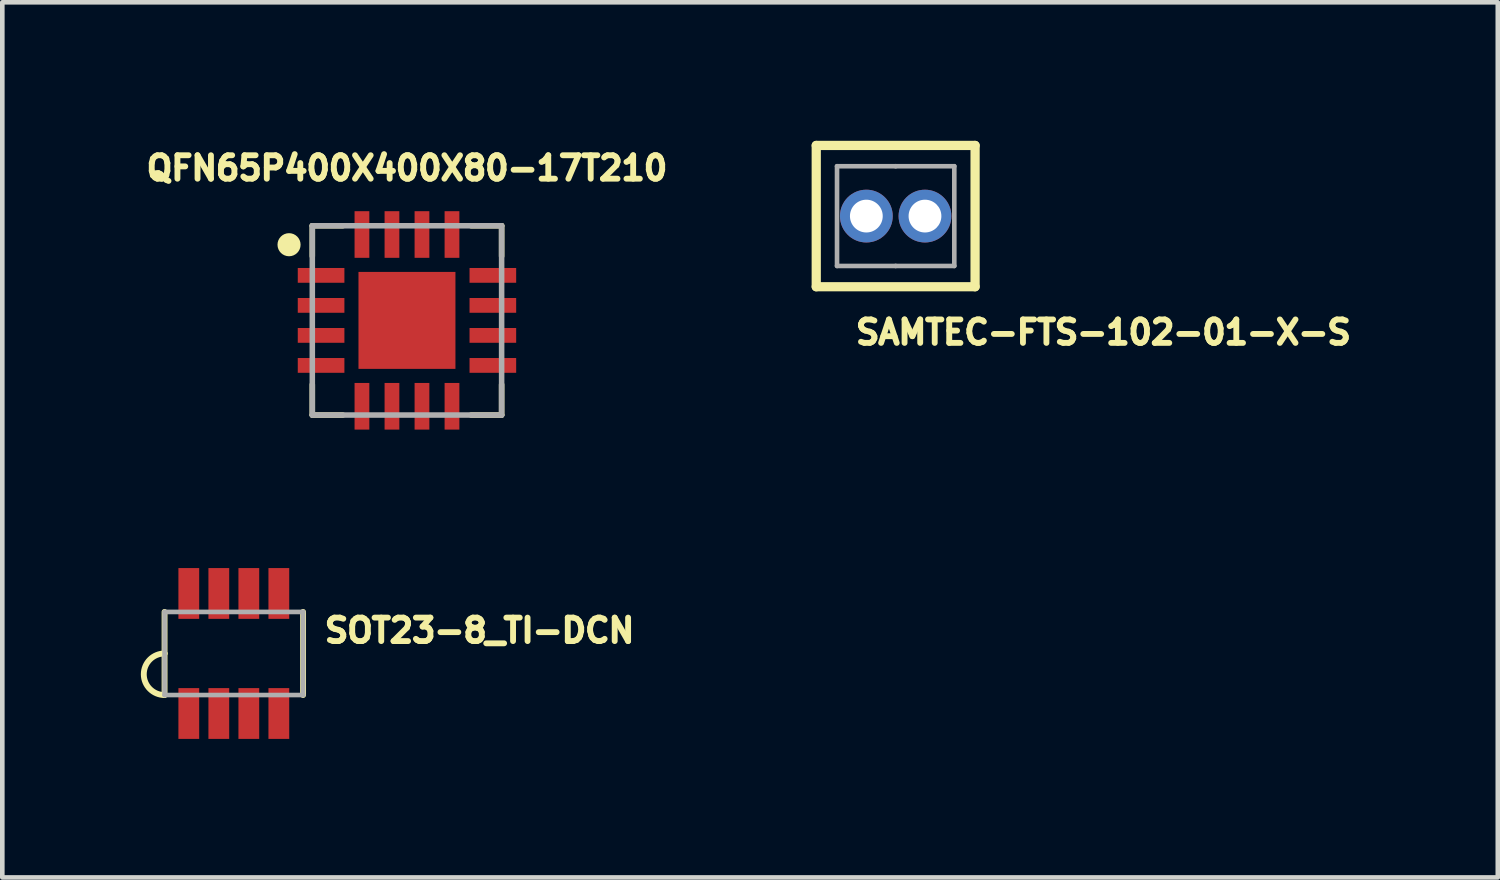
<source format=kicad_pcb>
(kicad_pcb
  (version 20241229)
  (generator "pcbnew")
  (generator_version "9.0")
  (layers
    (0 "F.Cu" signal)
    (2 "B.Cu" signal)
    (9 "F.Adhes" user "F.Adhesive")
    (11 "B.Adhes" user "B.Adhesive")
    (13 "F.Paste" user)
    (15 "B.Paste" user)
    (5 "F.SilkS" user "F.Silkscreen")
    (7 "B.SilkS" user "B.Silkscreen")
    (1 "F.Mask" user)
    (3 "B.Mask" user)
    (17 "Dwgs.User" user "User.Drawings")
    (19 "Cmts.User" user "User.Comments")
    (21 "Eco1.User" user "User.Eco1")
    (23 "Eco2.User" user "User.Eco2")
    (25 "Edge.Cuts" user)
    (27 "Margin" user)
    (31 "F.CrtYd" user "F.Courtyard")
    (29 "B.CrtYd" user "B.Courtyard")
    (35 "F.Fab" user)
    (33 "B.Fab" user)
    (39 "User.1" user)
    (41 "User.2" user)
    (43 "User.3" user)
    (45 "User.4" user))
  (footprint "SAMTEC-FTS-102-01-X-S"
    (layer "F.Cu")
    (at 16.348 1.63)
    (property "Reference" "SAMTEC-FTS-102-01-X-S" (at -0.931 2.815 0) (layer "F.SilkS") (effects (font (size 0.508 0.508) (thickness 0.127)) (justify left bottom)))
    (fp_circle (center -0.635 0) (end -0.324 0) (stroke (width 0.622) (type solid)) (fill yes) (layer "F.Mask"))
    (fp_circle (center 0.635 0) (end 0.946 0) (stroke (width 0.622) (type solid)) (fill yes) (layer "F.Mask"))
    (fp_circle (center -0.635 0) (end -0.324 0) (stroke (width 0.622) (type solid)) (fill yes) (layer "B.Mask"))
    (fp_circle (center 0.635 0) (end 0.946 0) (stroke (width 0.622) (type solid)) (fill yes) (layer "B.Mask"))
    (fp_line (start -1.72 -1.53) (end -1.72 1.53) (stroke (width 0.2) (type solid)) (layer "F.SilkS"))
    (fp_line (start -1.72 1.53) (end 1.72 1.53) (stroke (width 0.2) (type solid)) (layer "F.SilkS"))
    (fp_line (start 1.72 -1.53) (end -1.72 -1.53) (stroke (width 0.2) (type solid)) (layer "F.SilkS"))
    (fp_line (start 1.72 1.53) (end 1.72 -1.53) (stroke (width 0.2) (type solid)) (layer "F.SilkS"))
    (fp_line (start -1.27 -1.08) (end 0 -1.08) (stroke (width 0.1) (type solid)) (layer "F.Fab"))
    (fp_line (start -1.27 1.08) (end -1.27 -1.08) (stroke (width 0.1) (type solid)) (layer "F.Fab"))
    (fp_line (start -0.838 -0.203) (end -0.432 -0.203) (stroke (width 0.1) (type solid)) (layer "F.Fab"))
    (fp_line (start -0.838 0.203) (end -0.838 -0.203) (stroke (width 0.1) (type solid)) (layer "F.Fab"))
    (fp_line (start -0.432 -0.203) (end -0.432 0.203) (stroke (width 0.1) (type solid)) (layer "F.Fab"))
    (fp_line (start -0.432 0.203) (end -0.838 0.203) (stroke (width 0.1) (type solid)) (layer "F.Fab"))
    (fp_line (start 0 1.08) (end -1.27 1.08) (stroke (width 0.1) (type solid)) (layer "F.Fab"))
    (fp_line (start 0 1.08) (end 1.27 1.08) (stroke (width 0.1) (type solid)) (layer "F.Fab"))
    (fp_line (start 0.432 -0.203) (end 0.432 0.203) (stroke (width 0.1) (type solid)) (layer "F.Fab"))
    (fp_line (start 0.432 0.203) (end 0.838 0.203) (stroke (width 0.1) (type solid)) (layer "F.Fab"))
    (fp_line (start 0.838 -0.203) (end 0.432 -0.203) (stroke (width 0.1) (type solid)) (layer "F.Fab"))
    (fp_line (start 0.838 0.203) (end 0.838 -0.203) (stroke (width 0.1) (type solid)) (layer "F.Fab"))
    (fp_line (start 1.27 -1.08) (end 0 -1.08) (stroke (width 0.1) (type solid)) (layer "F.Fab"))
    (fp_line (start 1.27 1.08) (end 1.27 -1.08) (stroke (width 0.1) (type solid)) (layer "F.Fab"))
    (pad "1" thru_hole circle (at -0.635 0) (size 1.143 1.143) (drill 0.71) (layers "*.Cu"))
    (pad "2" thru_hole circle (at 0.635 0) (size 1.143 1.143) (drill 0.71) (layers "*.Cu")))
  (footprint "QFN65P400X400X80-17T210"
    (layer "F.Cu")
    (at 5.764 3.889)
    (property "Reference" "QFN65P400X400X80-17T210" (at 0 -3 0) (layer "F.SilkS") (effects (font (size 0.508 0.508) (thickness 0.127)) (justify bottom)))
    (fp_line (start -2.05 -2.05) (end -1.389 -2.05) (stroke (width 0.12) (type solid)) (layer "F.SilkS"))
    (fp_line (start -2.05 -1.389) (end -2.05 -2.05) (stroke (width 0.12) (type solid)) (layer "F.SilkS"))
    (fp_line (start -2.05 1.389) (end -2.05 2.05) (stroke (width 0.12) (type solid)) (layer "F.SilkS"))
    (fp_line (start -2.05 2.05) (end -1.389 2.05) (stroke (width 0.12) (type solid)) (layer "F.SilkS"))
    (fp_line (start 2.05 -2.05) (end 1.389 -2.05) (stroke (width 0.12) (type solid)) (layer "F.SilkS"))
    (fp_line (start 2.05 -1.389) (end 2.05 -2.05) (stroke (width 0.12) (type solid)) (layer "F.SilkS"))
    (fp_line (start 2.05 1.389) (end 2.05 2.05) (stroke (width 0.12) (type solid)) (layer "F.SilkS"))
    (fp_line (start 2.05 2.05) (end 1.389 2.05) (stroke (width 0.12) (type solid)) (layer "F.SilkS"))
    (fp_circle (center -2.554 -1.639) (end -2.429 -1.639) (stroke (width 0.25) (type solid)) (fill yes) (layer "F.SilkS"))
    (fp_poly (pts (xy -0.9 -0.2) (xy -0.2 -0.2) (xy -0.2 -0.9) (xy -0.9 -0.9)) (stroke (width 0) (type default)) (fill yes) (layer "F.Paste"))
    (fp_poly (pts (xy -0.9 0.9) (xy -0.2 0.9) (xy -0.2 0.2) (xy -0.9 0.2)) (stroke (width 0) (type default)) (fill yes) (layer "F.Paste"))
    (fp_poly (pts (xy 0.2 -0.2) (xy 0.9 -0.2) (xy 0.9 -0.9) (xy 0.2 -0.9)) (stroke (width 0) (type default)) (fill yes) (layer "F.Paste"))
    (fp_poly (pts (xy 0.2 0.9) (xy 0.9 0.9) (xy 0.9 0.2) (xy 0.2 0.2)) (stroke (width 0) (type default)) (fill yes) (layer "F.Paste"))
    (fp_line (start -2.05 -2.05) (end 2.05 -2.05) (stroke (width 0.12) (type solid)) (layer "F.Fab"))
    (fp_line (start -2.05 2.05) (end -2.05 -2.05) (stroke (width 0.12) (type solid)) (layer "F.Fab"))
    (fp_line (start 2.05 -2.05) (end 2.05 2.05) (stroke (width 0.12) (type solid)) (layer "F.Fab"))
    (fp_line (start 2.05 2.05) (end -2.05 2.05) (stroke (width 0.12) (type solid)) (layer "F.Fab"))
    (pad "1" smd rect (at -1.86 -0.975) (size 1.01 0.32) (layers "F.Cu" "F.Mask" "F.Paste"))
    (pad "2" smd rect (at -1.86 -0.325) (size 1.01 0.32) (layers "F.Cu" "F.Mask" "F.Paste"))
    (pad "3" smd rect (at -1.86 0.325) (size 1.01 0.32) (layers "F.Cu" "F.Mask" "F.Paste"))
    (pad "4" smd rect (at -1.86 0.975) (size 1.01 0.32) (layers "F.Cu" "F.Mask" "F.Paste"))
    (pad "5" smd rect (at -0.975 1.86 90) (size 1.01 0.32) (layers "F.Cu" "F.Mask" "F.Paste"))
    (pad "6" smd rect (at -0.325 1.86 90) (size 1.01 0.32) (layers "F.Cu" "F.Mask" "F.Paste"))
    (pad "7" smd rect (at 0.325 1.86 90) (size 1.01 0.32) (layers "F.Cu" "F.Mask" "F.Paste"))
    (pad "8" smd rect (at 0.975 1.86 90) (size 1.01 0.32) (layers "F.Cu" "F.Mask" "F.Paste"))
    (pad "9" smd rect (at 1.86 0.975) (size 1.01 0.32) (layers "F.Cu" "F.Mask" "F.Paste"))
    (pad "10" smd rect (at 1.86 0.325) (size 1.01 0.32) (layers "F.Cu" "F.Mask" "F.Paste"))
    (pad "11" smd rect (at 1.86 -0.325) (size 1.01 0.32) (layers "F.Cu" "F.Mask" "F.Paste"))
    (pad "12" smd rect (at 1.86 -0.975) (size 1.01 0.32) (layers "F.Cu" "F.Mask" "F.Paste"))
    (pad "13" smd rect (at 0.975 -1.86 90) (size 1.01 0.32) (layers "F.Cu" "F.Mask" "F.Paste"))
    (pad "14" smd rect (at 0.325 -1.86 90) (size 1.01 0.32) (layers "F.Cu" "F.Mask" "F.Paste"))
    (pad "15" smd rect (at -0.325 -1.86 90) (size 1.01 0.32) (layers "F.Cu" "F.Mask" "F.Paste"))
    (pad "16" smd rect (at -0.975 -1.86 90) (size 1.01 0.32) (layers "F.Cu" "F.Mask" "F.Paste"))
    (pad "EPAD" smd rect (at 0 0) (size 2.1 2.1) (layers "F.Cu" "F.Mask")))
  (footprint "SOT23-8_TI-DCN"
    (layer "F.Cu")
    (at 2.014 11.103)
    (property "Reference" "SOT23-8_TI-DCN" (at 1.9 -0.2 0) (layer "F.SilkS") (effects (font (size 0.508 0.508) (thickness 0.127)) (justify left bottom)))
    (fp_line (start -1.5 -0.9) (end -1.5 0) (stroke (width 0.127) (type solid)) (layer "F.SilkS"))
    (fp_line (start -1.5 0) (end -1.5 0.9) (stroke (width 0.127) (type solid)) (layer "F.SilkS"))
    (fp_line (start 1.5 -0.9) (end 1.5 0.9) (stroke (width 0.127) (type solid)) (layer "F.SilkS"))
    (fp_arc (start -1.5 0.9) (mid -1.95 0.45) (end -1.5 0) (stroke (width 0.127) (type solid)) (layer "F.SilkS"))
    (fp_line (start -1.5 -0.9) (end -1.5 0.9) (stroke (width 0.1) (type solid)) (layer "F.Fab"))
    (fp_line (start -1.5 0.9) (end 1.5 0.9) (stroke (width 0.1) (type solid)) (layer "F.Fab"))
    (fp_line (start 1.5 -0.9) (end -1.5 -0.9) (stroke (width 0.1) (type solid)) (layer "F.Fab"))
    (fp_line (start 1.5 0.9) (end 1.5 -0.9) (stroke (width 0.1) (type solid)) (layer "F.Fab"))
    (pad "1" smd rect (at -0.975 1.3 90) (size 1.1 0.45) (layers "F.Cu" "F.Mask" "F.Paste"))
    (pad "2" smd rect (at -0.325 1.3 90) (size 1.1 0.45) (layers "F.Cu" "F.Mask" "F.Paste"))
    (pad "3" smd rect (at 0.325 1.3 90) (size 1.1 0.45) (layers "F.Cu" "F.Mask" "F.Paste"))
    (pad "4" smd rect (at 0.975 1.3 90) (size 1.1 0.45) (layers "F.Cu" "F.Mask" "F.Paste"))
    (pad "5" smd rect (at 0.975 -1.3 90) (size 1.1 0.45) (layers "F.Cu" "F.Mask" "F.Paste"))
    (pad "6" smd rect (at 0.325 -1.3 90) (size 1.1 0.45) (layers "F.Cu" "F.Mask" "F.Paste"))
    (pad "7" smd rect (at -0.325 -1.3 90) (size 1.1 0.45) (layers "F.Cu" "F.Mask" "F.Paste"))
    (pad "8" smd rect (at -0.975 -1.3 90) (size 1.1 0.45) (layers "F.Cu" "F.Mask" "F.Paste")))
  (gr_rect
    (start -3 -3)
    (end 29.389 15.953)
    (stroke (width 0.1) (type default))
    (fill no)
    (layer "Edge.Cuts")))
</source>
